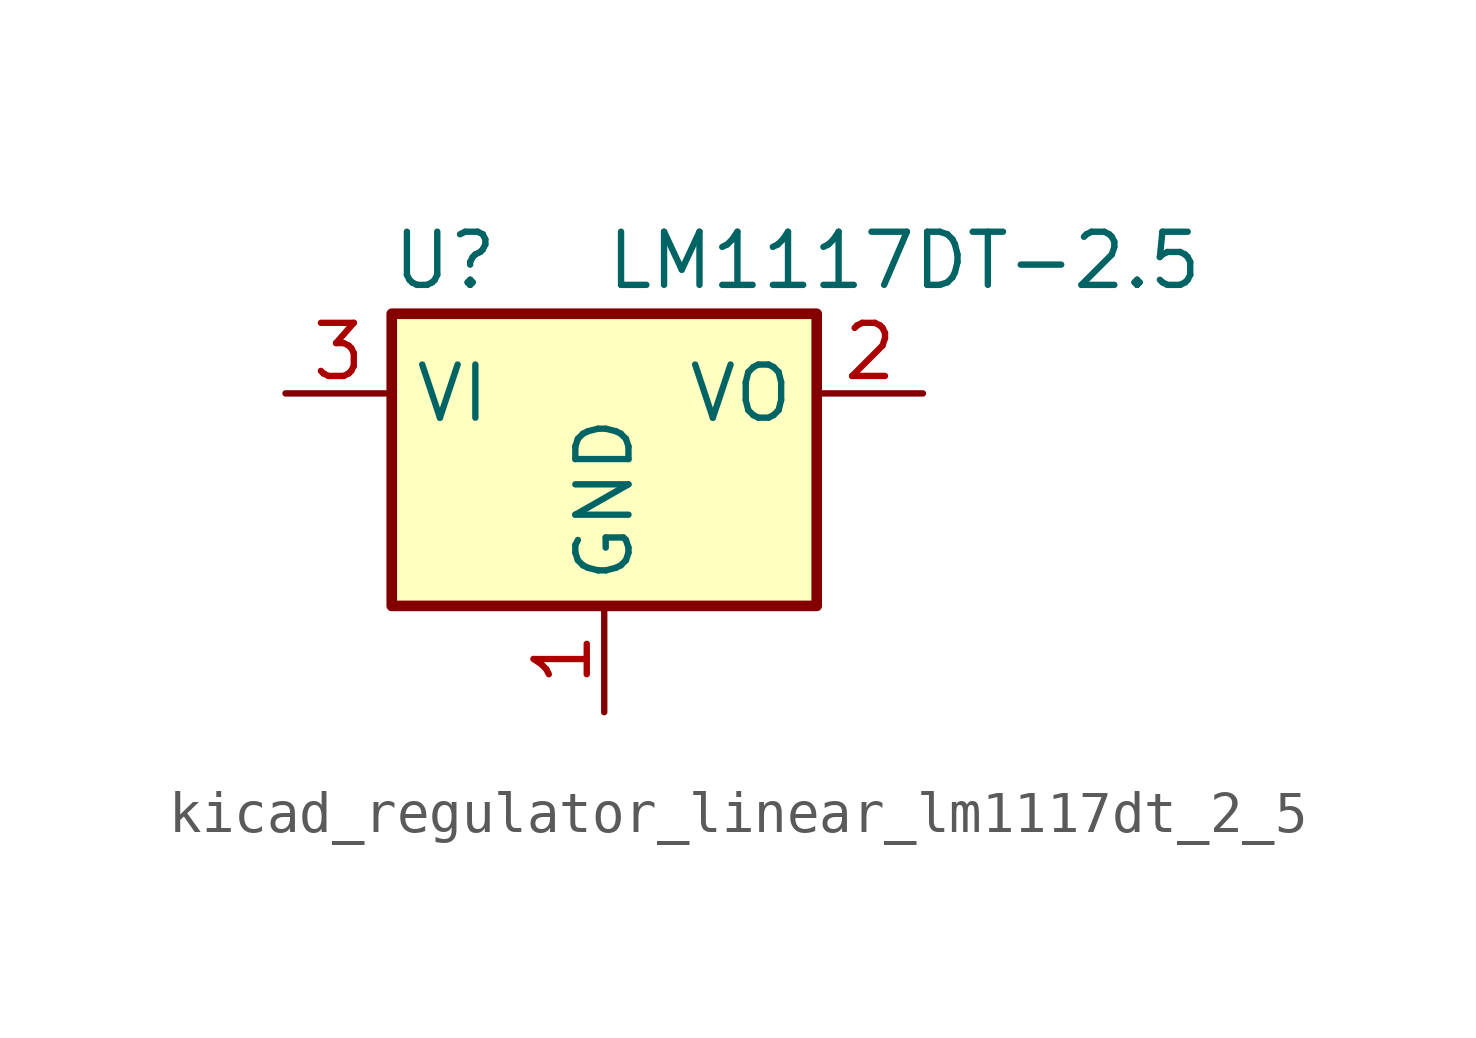
<source format=kicad_sym>
(kicad_symbol_lib
  (version 20220914)
  (generator kicad_symbol_editor)
  (symbol "kicad_regulator_linear_lm1117dt_2_5"
    (property "Reference" "U"
      (at -3.81 3.175 0)
      (effects (font (size 1.27 1.27))))
    (property "Value" "LM1117DT-2.5"
      (at 0 3.175 0)
      (effects (font (size 1.27 1.27)) (justify left)))
    (symbol "kicad_regulator_linear_lm1117dt_2_5_0_1"
      (rectangle (start -5.08 -5.08) (end 5.08 1.905) (stroke (width 0.254) (type default)) (fill (type background))))
    (symbol "kicad_regulator_linear_lm1117dt_2_5_1_1"
      (pin power_in line (at 0 -7.62 90) (length 2.54) (name "GND" (effects (font (size 1.27 1.27)))) (number "1" (effects (font (size 1.27 1.27)))))
      (pin power_out line (at 7.62 0 180) (length 2.54) (name "VO" (effects (font (size 1.27 1.27)))) (number "2" (effects (font (size 1.27 1.27)))))
      (pin power_in line (at -7.62 0 0) (length 2.54) (name "VI" (effects (font (size 1.27 1.27)))) (number "3" (effects (font (size 1.27 1.27))))))))
</source>
